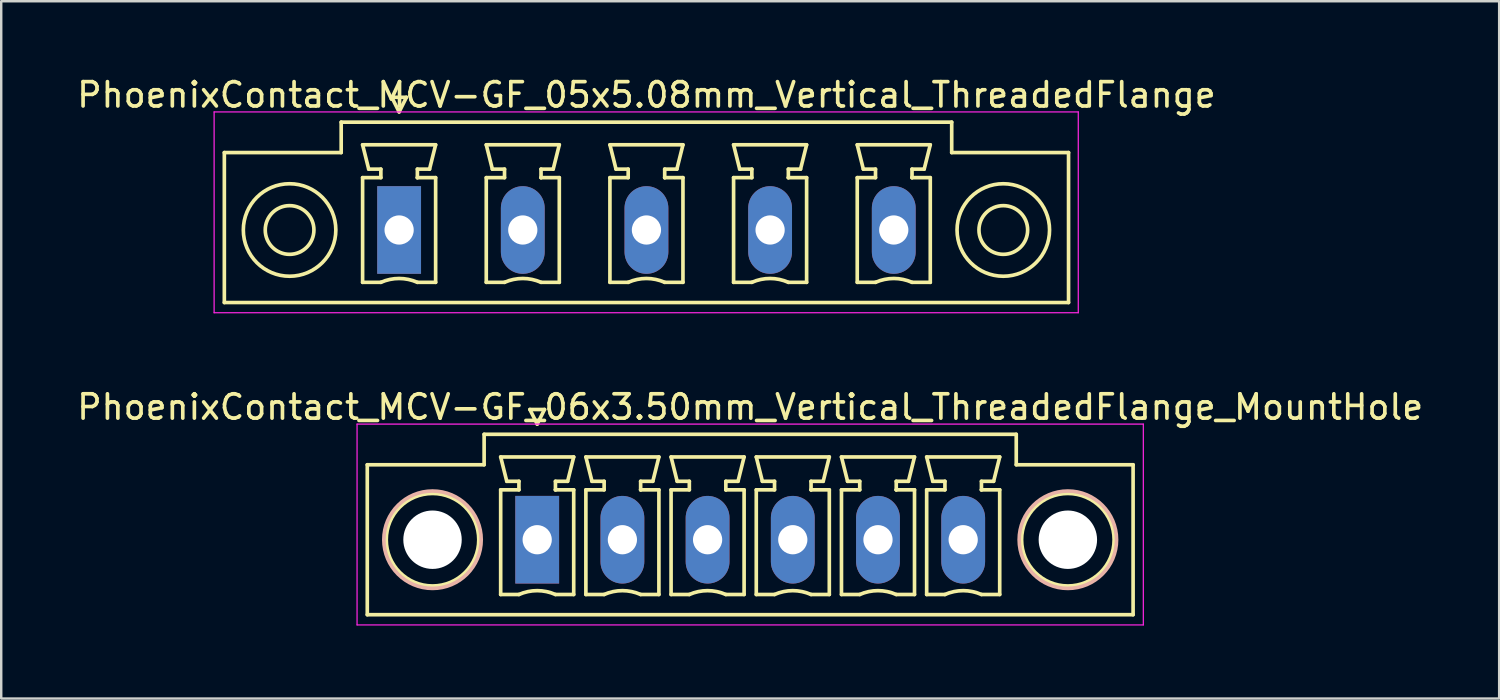
<source format=kicad_pcb>
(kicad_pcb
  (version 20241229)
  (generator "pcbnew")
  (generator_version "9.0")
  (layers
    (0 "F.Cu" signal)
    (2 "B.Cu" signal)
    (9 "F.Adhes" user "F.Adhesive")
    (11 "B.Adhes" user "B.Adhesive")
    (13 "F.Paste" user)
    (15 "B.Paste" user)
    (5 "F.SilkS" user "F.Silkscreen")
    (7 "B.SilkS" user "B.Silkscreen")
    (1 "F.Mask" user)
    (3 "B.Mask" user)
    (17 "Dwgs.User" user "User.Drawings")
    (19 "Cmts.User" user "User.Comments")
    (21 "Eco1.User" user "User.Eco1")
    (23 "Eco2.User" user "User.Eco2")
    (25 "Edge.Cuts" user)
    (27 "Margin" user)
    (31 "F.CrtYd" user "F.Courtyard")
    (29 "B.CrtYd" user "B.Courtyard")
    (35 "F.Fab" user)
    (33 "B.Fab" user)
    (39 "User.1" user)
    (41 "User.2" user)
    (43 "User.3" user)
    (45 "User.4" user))
  (footprint "PhoenixContact_MCV-GF_05x5.08mm_Vertical_ThreadedFlange"
    (layer "F.Cu")
    (at 13.346 6.398)
    (property "Reference" "PhoenixContact_MCV-GF_05x5.08mm_Vertical_ThreadedFlange" (at 10.16 -5.55 0) (layer "F.SilkS") (effects (font (size 1 1) (thickness 0.15))))
    (attr through_hole)
    (fp_line (start -7.18 -3.18) (end -7.18 2.98) (stroke (width 0.15) (type solid)) (layer "F.SilkS"))
    (fp_line (start -7.18 2.98) (end 27.5 2.98) (stroke (width 0.15) (type solid)) (layer "F.SilkS"))
    (fp_line (start -2.38 -4.43) (end -2.38 -3.18) (stroke (width 0.15) (type solid)) (layer "F.SilkS"))
    (fp_line (start -2.38 -3.18) (end -7.18 -3.18) (stroke (width 0.15) (type solid)) (layer "F.SilkS"))
    (fp_line (start -1.5 -3.5) (end 1.5 -3.5) (stroke (width 0.15) (type solid)) (layer "F.SilkS"))
    (fp_line (start -1.5 -2.15) (end -0.75 -2.15) (stroke (width 0.15) (type solid)) (layer "F.SilkS"))
    (fp_line (start -1.5 2.15) (end -1.5 -2.15) (stroke (width 0.15) (type solid)) (layer "F.SilkS"))
    (fp_line (start -1.25 -2.5) (end -1.5 -3.5) (stroke (width 0.15) (type solid)) (layer "F.SilkS"))
    (fp_line (start -0.75 -2.5) (end -1.25 -2.5) (stroke (width 0.15) (type solid)) (layer "F.SilkS"))
    (fp_line (start -0.75 -2.15) (end -0.75 -2.5) (stroke (width 0.15) (type solid)) (layer "F.SilkS"))
    (fp_line (start -0.75 2.15) (end -1.5 2.15) (stroke (width 0.15) (type solid)) (layer "F.SilkS"))
    (fp_line (start -0.3 -5.45) (end 0 -4.85) (stroke (width 0.15) (type solid)) (layer "F.SilkS"))
    (fp_line (start 0 -4.85) (end 0.3 -5.45) (stroke (width 0.15) (type solid)) (layer "F.SilkS"))
    (fp_line (start 0.3 -5.45) (end -0.3 -5.45) (stroke (width 0.15) (type solid)) (layer "F.SilkS"))
    (fp_line (start 0.75 -2.5) (end 0.75 -2.15) (stroke (width 0.15) (type solid)) (layer "F.SilkS"))
    (fp_line (start 0.75 -2.15) (end 0.75 -2.15) (stroke (width 0.15) (type solid)) (layer "F.SilkS"))
    (fp_line (start 0.75 -2.15) (end 1.5 -2.15) (stroke (width 0.15) (type solid)) (layer "F.SilkS"))
    (fp_line (start 1.25 -2.5) (end 0.75 -2.5) (stroke (width 0.15) (type solid)) (layer "F.SilkS"))
    (fp_line (start 1.5 -3.5) (end 1.25 -2.5) (stroke (width 0.15) (type solid)) (layer "F.SilkS"))
    (fp_line (start 1.5 -2.15) (end 1.5 2.15) (stroke (width 0.15) (type solid)) (layer "F.SilkS"))
    (fp_line (start 1.5 2.15) (end 0.75 2.15) (stroke (width 0.15) (type solid)) (layer "F.SilkS"))
    (fp_line (start 3.58 -3.5) (end 6.58 -3.5) (stroke (width 0.15) (type solid)) (layer "F.SilkS"))
    (fp_line (start 3.58 -2.15) (end 4.33 -2.15) (stroke (width 0.15) (type solid)) (layer "F.SilkS"))
    (fp_line (start 3.58 2.15) (end 3.58 -2.15) (stroke (width 0.15) (type solid)) (layer "F.SilkS"))
    (fp_line (start 3.83 -2.5) (end 3.58 -3.5) (stroke (width 0.15) (type solid)) (layer "F.SilkS"))
    (fp_line (start 4.33 -2.5) (end 3.83 -2.5) (stroke (width 0.15) (type solid)) (layer "F.SilkS"))
    (fp_line (start 4.33 -2.15) (end 4.33 -2.5) (stroke (width 0.15) (type solid)) (layer "F.SilkS"))
    (fp_line (start 4.33 2.15) (end 3.58 2.15) (stroke (width 0.15) (type solid)) (layer "F.SilkS"))
    (fp_line (start 5.83 -2.5) (end 5.83 -2.15) (stroke (width 0.15) (type solid)) (layer "F.SilkS"))
    (fp_line (start 5.83 -2.15) (end 5.83 -2.15) (stroke (width 0.15) (type solid)) (layer "F.SilkS"))
    (fp_line (start 5.83 -2.15) (end 6.58 -2.15) (stroke (width 0.15) (type solid)) (layer "F.SilkS"))
    (fp_line (start 6.33 -2.5) (end 5.83 -2.5) (stroke (width 0.15) (type solid)) (layer "F.SilkS"))
    (fp_line (start 6.58 -3.5) (end 6.33 -2.5) (stroke (width 0.15) (type solid)) (layer "F.SilkS"))
    (fp_line (start 6.58 -2.15) (end 6.58 2.15) (stroke (width 0.15) (type solid)) (layer "F.SilkS"))
    (fp_line (start 6.58 2.15) (end 5.83 2.15) (stroke (width 0.15) (type solid)) (layer "F.SilkS"))
    (fp_line (start 8.66 -3.5) (end 11.66 -3.5) (stroke (width 0.15) (type solid)) (layer "F.SilkS"))
    (fp_line (start 8.66 -2.15) (end 9.41 -2.15) (stroke (width 0.15) (type solid)) (layer "F.SilkS"))
    (fp_line (start 8.66 2.15) (end 8.66 -2.15) (stroke (width 0.15) (type solid)) (layer "F.SilkS"))
    (fp_line (start 8.91 -2.5) (end 8.66 -3.5) (stroke (width 0.15) (type solid)) (layer "F.SilkS"))
    (fp_line (start 9.41 -2.5) (end 8.91 -2.5) (stroke (width 0.15) (type solid)) (layer "F.SilkS"))
    (fp_line (start 9.41 -2.15) (end 9.41 -2.5) (stroke (width 0.15) (type solid)) (layer "F.SilkS"))
    (fp_line (start 9.41 2.15) (end 8.66 2.15) (stroke (width 0.15) (type solid)) (layer "F.SilkS"))
    (fp_line (start 10.91 -2.5) (end 10.91 -2.15) (stroke (width 0.15) (type solid)) (layer "F.SilkS"))
    (fp_line (start 10.91 -2.15) (end 10.91 -2.15) (stroke (width 0.15) (type solid)) (layer "F.SilkS"))
    (fp_line (start 10.91 -2.15) (end 11.66 -2.15) (stroke (width 0.15) (type solid)) (layer "F.SilkS"))
    (fp_line (start 11.41 -2.5) (end 10.91 -2.5) (stroke (width 0.15) (type solid)) (layer "F.SilkS"))
    (fp_line (start 11.66 -3.5) (end 11.41 -2.5) (stroke (width 0.15) (type solid)) (layer "F.SilkS"))
    (fp_line (start 11.66 -2.15) (end 11.66 2.15) (stroke (width 0.15) (type solid)) (layer "F.SilkS"))
    (fp_line (start 11.66 2.15) (end 10.91 2.15) (stroke (width 0.15) (type solid)) (layer "F.SilkS"))
    (fp_line (start 13.74 -3.5) (end 16.74 -3.5) (stroke (width 0.15) (type solid)) (layer "F.SilkS"))
    (fp_line (start 13.74 -2.15) (end 14.49 -2.15) (stroke (width 0.15) (type solid)) (layer "F.SilkS"))
    (fp_line (start 13.74 2.15) (end 13.74 -2.15) (stroke (width 0.15) (type solid)) (layer "F.SilkS"))
    (fp_line (start 13.99 -2.5) (end 13.74 -3.5) (stroke (width 0.15) (type solid)) (layer "F.SilkS"))
    (fp_line (start 14.49 -2.5) (end 13.99 -2.5) (stroke (width 0.15) (type solid)) (layer "F.SilkS"))
    (fp_line (start 14.49 -2.15) (end 14.49 -2.5) (stroke (width 0.15) (type solid)) (layer "F.SilkS"))
    (fp_line (start 14.49 2.15) (end 13.74 2.15) (stroke (width 0.15) (type solid)) (layer "F.SilkS"))
    (fp_line (start 15.99 -2.5) (end 15.99 -2.15) (stroke (width 0.15) (type solid)) (layer "F.SilkS"))
    (fp_line (start 15.99 -2.15) (end 15.99 -2.15) (stroke (width 0.15) (type solid)) (layer "F.SilkS"))
    (fp_line (start 15.99 -2.15) (end 16.74 -2.15) (stroke (width 0.15) (type solid)) (layer "F.SilkS"))
    (fp_line (start 16.49 -2.5) (end 15.99 -2.5) (stroke (width 0.15) (type solid)) (layer "F.SilkS"))
    (fp_line (start 16.74 -3.5) (end 16.49 -2.5) (stroke (width 0.15) (type solid)) (layer "F.SilkS"))
    (fp_line (start 16.74 -2.15) (end 16.74 2.15) (stroke (width 0.15) (type solid)) (layer "F.SilkS"))
    (fp_line (start 16.74 2.15) (end 15.99 2.15) (stroke (width 0.15) (type solid)) (layer "F.SilkS"))
    (fp_line (start 18.82 -3.5) (end 21.82 -3.5) (stroke (width 0.15) (type solid)) (layer "F.SilkS"))
    (fp_line (start 18.82 -2.15) (end 19.57 -2.15) (stroke (width 0.15) (type solid)) (layer "F.SilkS"))
    (fp_line (start 18.82 2.15) (end 18.82 -2.15) (stroke (width 0.15) (type solid)) (layer "F.SilkS"))
    (fp_line (start 19.07 -2.5) (end 18.82 -3.5) (stroke (width 0.15) (type solid)) (layer "F.SilkS"))
    (fp_line (start 19.57 -2.5) (end 19.07 -2.5) (stroke (width 0.15) (type solid)) (layer "F.SilkS"))
    (fp_line (start 19.57 -2.15) (end 19.57 -2.5) (stroke (width 0.15) (type solid)) (layer "F.SilkS"))
    (fp_line (start 19.57 2.15) (end 18.82 2.15) (stroke (width 0.15) (type solid)) (layer "F.SilkS"))
    (fp_line (start 21.07 -2.5) (end 21.07 -2.15) (stroke (width 0.15) (type solid)) (layer "F.SilkS"))
    (fp_line (start 21.07 -2.15) (end 21.07 -2.15) (stroke (width 0.15) (type solid)) (layer "F.SilkS"))
    (fp_line (start 21.07 -2.15) (end 21.82 -2.15) (stroke (width 0.15) (type solid)) (layer "F.SilkS"))
    (fp_line (start 21.57 -2.5) (end 21.07 -2.5) (stroke (width 0.15) (type solid)) (layer "F.SilkS"))
    (fp_line (start 21.82 -3.5) (end 21.57 -2.5) (stroke (width 0.15) (type solid)) (layer "F.SilkS"))
    (fp_line (start 21.82 -2.15) (end 21.82 2.15) (stroke (width 0.15) (type solid)) (layer "F.SilkS"))
    (fp_line (start 21.82 2.15) (end 21.07 2.15) (stroke (width 0.15) (type solid)) (layer "F.SilkS"))
    (fp_line (start 22.7 -4.43) (end -2.38 -4.43) (stroke (width 0.15) (type solid)) (layer "F.SilkS"))
    (fp_line (start 22.7 -3.18) (end 22.7 -4.43) (stroke (width 0.15) (type solid)) (layer "F.SilkS"))
    (fp_line (start 27.5 -3.18) (end 22.7 -3.18) (stroke (width 0.15) (type solid)) (layer "F.SilkS"))
    (fp_line (start 27.5 2.98) (end 27.5 -3.18) (stroke (width 0.15) (type solid)) (layer "F.SilkS"))
    (fp_arc (start -0.75 2.15) (mid -0.000193 1.99191) (end 0.749647 2.149844) (stroke (width 0.15) (type solid)) (layer "F.SilkS"))
    (fp_arc (start 4.33 2.15) (mid 5.079807 1.99191) (end 5.829647 2.149844) (stroke (width 0.15) (type solid)) (layer "F.SilkS"))
    (fp_arc (start 9.41 2.15) (mid 10.159807 1.99191) (end 10.909647 2.149844) (stroke (width 0.15) (type solid)) (layer "F.SilkS"))
    (fp_arc (start 14.49 2.15) (mid 15.239807 1.99191) (end 15.989647 2.149844) (stroke (width 0.15) (type solid)) (layer "F.SilkS"))
    (fp_arc (start 19.57 2.15) (mid 20.319807 1.99191) (end 21.069647 2.149844) (stroke (width 0.15) (type solid)) (layer "F.SilkS"))
    (fp_circle (center -4.5 0) (end -3.5 0) (stroke (width 0.15) (type solid)) (fill no) (layer "F.SilkS"))
    (fp_circle (center -4.5 0) (end -2.6 0) (stroke (width 0.15) (type solid)) (fill no) (layer "F.SilkS"))
    (fp_circle (center 24.82 0) (end 25.82 0) (stroke (width 0.15) (type solid)) (fill no) (layer "F.SilkS"))
    (fp_circle (center 24.82 0) (end 26.72 0) (stroke (width 0.15) (type solid)) (fill no) (layer "F.SilkS"))
    (fp_line (start -7.6 -4.85) (end -7.6 3.4) (stroke (width 0.05) (type solid)) (layer "F.CrtYd"))
    (fp_line (start -7.6 3.4) (end 27.9 3.4) (stroke (width 0.05) (type solid)) (layer "F.CrtYd"))
    (fp_line (start 27.9 -4.85) (end -7.6 -4.85) (stroke (width 0.05) (type solid)) (layer "F.CrtYd"))
    (fp_line (start 27.9 3.4) (end 27.9 -4.85) (stroke (width 0.05) (type solid)) (layer "F.CrtYd"))
    (pad "1" thru_hole rect (at 0 0) (size 1.8 3.6) (drill 1.2) (layers "*.Cu" "*.Mask"))
    (pad "2" thru_hole oval (at 5.08 0) (size 1.8 3.6) (drill 1.2) (layers "*.Cu" "*.Mask"))
    (pad "3" thru_hole oval (at 10.16 0) (size 1.8 3.6) (drill 1.2) (layers "*.Cu" "*.Mask"))
    (pad "4" thru_hole oval (at 15.24 0) (size 1.8 3.6) (drill 1.2) (layers "*.Cu" "*.Mask"))
    (pad "5" thru_hole oval (at 20.32 0) (size 1.8 3.6) (drill 1.2) (layers "*.Cu" "*.Mask")))
  (footprint "PhoenixContact_MCV-GF_06x3.50mm_Vertical_ThreadedFlange_MountHole"
    (layer "F.Cu")
    (at 19.018 19.122)
    (property "Reference" "PhoenixContact_MCV-GF_06x3.50mm_Vertical_ThreadedFlange_MountHole" (at 8.75 -5.45 0) (layer "F.SilkS") (effects (font (size 1 1) (thickness 0.15))))
    (attr through_hole)
    (fp_line (start -6.98 -3.08) (end -6.98 3.08) (stroke (width 0.15) (type solid)) (layer "F.SilkS"))
    (fp_line (start -6.98 3.08) (end 24.48 3.08) (stroke (width 0.15) (type solid)) (layer "F.SilkS"))
    (fp_line (start -2.18 -4.33) (end -2.18 -3.08) (stroke (width 0.15) (type solid)) (layer "F.SilkS"))
    (fp_line (start -2.18 -3.08) (end -6.98 -3.08) (stroke (width 0.15) (type solid)) (layer "F.SilkS"))
    (fp_line (start -1.5 -3.4) (end 1.5 -3.4) (stroke (width 0.15) (type solid)) (layer "F.SilkS"))
    (fp_line (start -1.5 -2.05) (end -0.75 -2.05) (stroke (width 0.15) (type solid)) (layer "F.SilkS"))
    (fp_line (start -1.5 2.25) (end -1.5 -2.05) (stroke (width 0.15) (type solid)) (layer "F.SilkS"))
    (fp_line (start -1.25 -2.4) (end -1.5 -3.4) (stroke (width 0.15) (type solid)) (layer "F.SilkS"))
    (fp_line (start -0.75 -2.4) (end -1.25 -2.4) (stroke (width 0.15) (type solid)) (layer "F.SilkS"))
    (fp_line (start -0.75 -2.05) (end -0.75 -2.4) (stroke (width 0.15) (type solid)) (layer "F.SilkS"))
    (fp_line (start -0.75 2.25) (end -1.5 2.25) (stroke (width 0.15) (type solid)) (layer "F.SilkS"))
    (fp_line (start -0.3 -5.35) (end 0 -4.75) (stroke (width 0.15) (type solid)) (layer "F.SilkS"))
    (fp_line (start 0 -4.75) (end 0.3 -5.35) (stroke (width 0.15) (type solid)) (layer "F.SilkS"))
    (fp_line (start 0.3 -5.35) (end -0.3 -5.35) (stroke (width 0.15) (type solid)) (layer "F.SilkS"))
    (fp_line (start 0.75 -2.4) (end 0.75 -2.05) (stroke (width 0.15) (type solid)) (layer "F.SilkS"))
    (fp_line (start 0.75 -2.05) (end 0.75 -2.05) (stroke (width 0.15) (type solid)) (layer "F.SilkS"))
    (fp_line (start 0.75 -2.05) (end 1.5 -2.05) (stroke (width 0.15) (type solid)) (layer "F.SilkS"))
    (fp_line (start 1.25 -2.4) (end 0.75 -2.4) (stroke (width 0.15) (type solid)) (layer "F.SilkS"))
    (fp_line (start 1.5 -3.4) (end 1.25 -2.4) (stroke (width 0.15) (type solid)) (layer "F.SilkS"))
    (fp_line (start 1.5 -2.05) (end 1.5 2.25) (stroke (width 0.15) (type solid)) (layer "F.SilkS"))
    (fp_line (start 1.5 2.25) (end 0.75 2.25) (stroke (width 0.15) (type solid)) (layer "F.SilkS"))
    (fp_line (start 2 -3.4) (end 5 -3.4) (stroke (width 0.15) (type solid)) (layer "F.SilkS"))
    (fp_line (start 2 -2.05) (end 2.75 -2.05) (stroke (width 0.15) (type solid)) (layer "F.SilkS"))
    (fp_line (start 2 2.25) (end 2 -2.05) (stroke (width 0.15) (type solid)) (layer "F.SilkS"))
    (fp_line (start 2.25 -2.4) (end 2 -3.4) (stroke (width 0.15) (type solid)) (layer "F.SilkS"))
    (fp_line (start 2.75 -2.4) (end 2.25 -2.4) (stroke (width 0.15) (type solid)) (layer "F.SilkS"))
    (fp_line (start 2.75 -2.05) (end 2.75 -2.4) (stroke (width 0.15) (type solid)) (layer "F.SilkS"))
    (fp_line (start 2.75 2.25) (end 2 2.25) (stroke (width 0.15) (type solid)) (layer "F.SilkS"))
    (fp_line (start 4.25 -2.4) (end 4.25 -2.05) (stroke (width 0.15) (type solid)) (layer "F.SilkS"))
    (fp_line (start 4.25 -2.05) (end 4.25 -2.05) (stroke (width 0.15) (type solid)) (layer "F.SilkS"))
    (fp_line (start 4.25 -2.05) (end 5 -2.05) (stroke (width 0.15) (type solid)) (layer "F.SilkS"))
    (fp_line (start 4.75 -2.4) (end 4.25 -2.4) (stroke (width 0.15) (type solid)) (layer "F.SilkS"))
    (fp_line (start 5 -3.4) (end 4.75 -2.4) (stroke (width 0.15) (type solid)) (layer "F.SilkS"))
    (fp_line (start 5 -2.05) (end 5 2.25) (stroke (width 0.15) (type solid)) (layer "F.SilkS"))
    (fp_line (start 5 2.25) (end 4.25 2.25) (stroke (width 0.15) (type solid)) (layer "F.SilkS"))
    (fp_line (start 5.5 -3.4) (end 8.5 -3.4) (stroke (width 0.15) (type solid)) (layer "F.SilkS"))
    (fp_line (start 5.5 -2.05) (end 6.25 -2.05) (stroke (width 0.15) (type solid)) (layer "F.SilkS"))
    (fp_line (start 5.5 2.25) (end 5.5 -2.05) (stroke (width 0.15) (type solid)) (layer "F.SilkS"))
    (fp_line (start 5.75 -2.4) (end 5.5 -3.4) (stroke (width 0.15) (type solid)) (layer "F.SilkS"))
    (fp_line (start 6.25 -2.4) (end 5.75 -2.4) (stroke (width 0.15) (type solid)) (layer "F.SilkS"))
    (fp_line (start 6.25 -2.05) (end 6.25 -2.4) (stroke (width 0.15) (type solid)) (layer "F.SilkS"))
    (fp_line (start 6.25 2.25) (end 5.5 2.25) (stroke (width 0.15) (type solid)) (layer "F.SilkS"))
    (fp_line (start 7.75 -2.4) (end 7.75 -2.05) (stroke (width 0.15) (type solid)) (layer "F.SilkS"))
    (fp_line (start 7.75 -2.05) (end 7.75 -2.05) (stroke (width 0.15) (type solid)) (layer "F.SilkS"))
    (fp_line (start 7.75 -2.05) (end 8.5 -2.05) (stroke (width 0.15) (type solid)) (layer "F.SilkS"))
    (fp_line (start 8.25 -2.4) (end 7.75 -2.4) (stroke (width 0.15) (type solid)) (layer "F.SilkS"))
    (fp_line (start 8.5 -3.4) (end 8.25 -2.4) (stroke (width 0.15) (type solid)) (layer "F.SilkS"))
    (fp_line (start 8.5 -2.05) (end 8.5 2.25) (stroke (width 0.15) (type solid)) (layer "F.SilkS"))
    (fp_line (start 8.5 2.25) (end 7.75 2.25) (stroke (width 0.15) (type solid)) (layer "F.SilkS"))
    (fp_line (start 9 -3.4) (end 12 -3.4) (stroke (width 0.15) (type solid)) (layer "F.SilkS"))
    (fp_line (start 9 -2.05) (end 9.75 -2.05) (stroke (width 0.15) (type solid)) (layer "F.SilkS"))
    (fp_line (start 9 2.25) (end 9 -2.05) (stroke (width 0.15) (type solid)) (layer "F.SilkS"))
    (fp_line (start 9.25 -2.4) (end 9 -3.4) (stroke (width 0.15) (type solid)) (layer "F.SilkS"))
    (fp_line (start 9.75 -2.4) (end 9.25 -2.4) (stroke (width 0.15) (type solid)) (layer "F.SilkS"))
    (fp_line (start 9.75 -2.05) (end 9.75 -2.4) (stroke (width 0.15) (type solid)) (layer "F.SilkS"))
    (fp_line (start 9.75 2.25) (end 9 2.25) (stroke (width 0.15) (type solid)) (layer "F.SilkS"))
    (fp_line (start 11.25 -2.4) (end 11.25 -2.05) (stroke (width 0.15) (type solid)) (layer "F.SilkS"))
    (fp_line (start 11.25 -2.05) (end 11.25 -2.05) (stroke (width 0.15) (type solid)) (layer "F.SilkS"))
    (fp_line (start 11.25 -2.05) (end 12 -2.05) (stroke (width 0.15) (type solid)) (layer "F.SilkS"))
    (fp_line (start 11.75 -2.4) (end 11.25 -2.4) (stroke (width 0.15) (type solid)) (layer "F.SilkS"))
    (fp_line (start 12 -3.4) (end 11.75 -2.4) (stroke (width 0.15) (type solid)) (layer "F.SilkS"))
    (fp_line (start 12 -2.05) (end 12 2.25) (stroke (width 0.15) (type solid)) (layer "F.SilkS"))
    (fp_line (start 12 2.25) (end 11.25 2.25) (stroke (width 0.15) (type solid)) (layer "F.SilkS"))
    (fp_line (start 12.5 -3.4) (end 15.5 -3.4) (stroke (width 0.15) (type solid)) (layer "F.SilkS"))
    (fp_line (start 12.5 -2.05) (end 13.25 -2.05) (stroke (width 0.15) (type solid)) (layer "F.SilkS"))
    (fp_line (start 12.5 2.25) (end 12.5 -2.05) (stroke (width 0.15) (type solid)) (layer "F.SilkS"))
    (fp_line (start 12.75 -2.4) (end 12.5 -3.4) (stroke (width 0.15) (type solid)) (layer "F.SilkS"))
    (fp_line (start 13.25 -2.4) (end 12.75 -2.4) (stroke (width 0.15) (type solid)) (layer "F.SilkS"))
    (fp_line (start 13.25 -2.05) (end 13.25 -2.4) (stroke (width 0.15) (type solid)) (layer "F.SilkS"))
    (fp_line (start 13.25 2.25) (end 12.5 2.25) (stroke (width 0.15) (type solid)) (layer "F.SilkS"))
    (fp_line (start 14.75 -2.4) (end 14.75 -2.05) (stroke (width 0.15) (type solid)) (layer "F.SilkS"))
    (fp_line (start 14.75 -2.05) (end 14.75 -2.05) (stroke (width 0.15) (type solid)) (layer "F.SilkS"))
    (fp_line (start 14.75 -2.05) (end 15.5 -2.05) (stroke (width 0.15) (type solid)) (layer "F.SilkS"))
    (fp_line (start 15.25 -2.4) (end 14.75 -2.4) (stroke (width 0.15) (type solid)) (layer "F.SilkS"))
    (fp_line (start 15.5 -3.4) (end 15.25 -2.4) (stroke (width 0.15) (type solid)) (layer "F.SilkS"))
    (fp_line (start 15.5 -2.05) (end 15.5 2.25) (stroke (width 0.15) (type solid)) (layer "F.SilkS"))
    (fp_line (start 15.5 2.25) (end 14.75 2.25) (stroke (width 0.15) (type solid)) (layer "F.SilkS"))
    (fp_line (start 16 -3.4) (end 19 -3.4) (stroke (width 0.15) (type solid)) (layer "F.SilkS"))
    (fp_line (start 16 -2.05) (end 16.75 -2.05) (stroke (width 0.15) (type solid)) (layer "F.SilkS"))
    (fp_line (start 16 2.25) (end 16 -2.05) (stroke (width 0.15) (type solid)) (layer "F.SilkS"))
    (fp_line (start 16.25 -2.4) (end 16 -3.4) (stroke (width 0.15) (type solid)) (layer "F.SilkS"))
    (fp_line (start 16.75 -2.4) (end 16.25 -2.4) (stroke (width 0.15) (type solid)) (layer "F.SilkS"))
    (fp_line (start 16.75 -2.05) (end 16.75 -2.4) (stroke (width 0.15) (type solid)) (layer "F.SilkS"))
    (fp_line (start 16.75 2.25) (end 16 2.25) (stroke (width 0.15) (type solid)) (layer "F.SilkS"))
    (fp_line (start 18.25 -2.4) (end 18.25 -2.05) (stroke (width 0.15) (type solid)) (layer "F.SilkS"))
    (fp_line (start 18.25 -2.05) (end 18.25 -2.05) (stroke (width 0.15) (type solid)) (layer "F.SilkS"))
    (fp_line (start 18.25 -2.05) (end 19 -2.05) (stroke (width 0.15) (type solid)) (layer "F.SilkS"))
    (fp_line (start 18.75 -2.4) (end 18.25 -2.4) (stroke (width 0.15) (type solid)) (layer "F.SilkS"))
    (fp_line (start 19 -3.4) (end 18.75 -2.4) (stroke (width 0.15) (type solid)) (layer "F.SilkS"))
    (fp_line (start 19 -2.05) (end 19 2.25) (stroke (width 0.15) (type solid)) (layer "F.SilkS"))
    (fp_line (start 19 2.25) (end 18.25 2.25) (stroke (width 0.15) (type solid)) (layer "F.SilkS"))
    (fp_line (start 19.68 -4.33) (end -2.18 -4.33) (stroke (width 0.15) (type solid)) (layer "F.SilkS"))
    (fp_line (start 19.68 -3.08) (end 19.68 -4.33) (stroke (width 0.15) (type solid)) (layer "F.SilkS"))
    (fp_line (start 24.48 -3.08) (end 19.68 -3.08) (stroke (width 0.15) (type solid)) (layer "F.SilkS"))
    (fp_line (start 24.48 3.08) (end 24.48 -3.08) (stroke (width 0.15) (type solid)) (layer "F.SilkS"))
    (fp_arc (start -0.75 2.25) (mid -0.000193 2.09191) (end 0.749647 2.249844) (stroke (width 0.15) (type solid)) (layer "F.SilkS"))
    (fp_arc (start 2.75 2.25) (mid 3.499807 2.09191) (end 4.249647 2.249844) (stroke (width 0.15) (type solid)) (layer "F.SilkS"))
    (fp_arc (start 6.25 2.25) (mid 6.999807 2.09191) (end 7.749647 2.249844) (stroke (width 0.15) (type solid)) (layer "F.SilkS"))
    (fp_arc (start 9.75 2.25) (mid 10.499807 2.09191) (end 11.249647 2.249844) (stroke (width 0.15) (type solid)) (layer "F.SilkS"))
    (fp_arc (start 13.25 2.25) (mid 13.999807 2.09191) (end 14.749647 2.249844) (stroke (width 0.15) (type solid)) (layer "F.SilkS"))
    (fp_arc (start 16.75 2.25) (mid 17.499807 2.09191) (end 18.249647 2.249844) (stroke (width 0.15) (type solid)) (layer "F.SilkS"))
    (fp_circle (center -4.3 0) (end -2.4 0) (stroke (width 0.15) (type solid)) (fill no) (layer "F.SilkS"))
    (fp_circle (center 21.8 0) (end 23.7 0) (stroke (width 0.15) (type solid)) (fill no) (layer "F.SilkS"))
    (fp_circle (center -4.3 0) (end -2.3 0) (stroke (width 0.15) (type solid)) (fill no) (layer "B.SilkS"))
    (fp_circle (center 21.8 0) (end 23.8 0) (stroke (width 0.15) (type solid)) (fill no) (layer "B.SilkS"))
    (fp_line (start -7.4 -4.75) (end -7.4 3.5) (stroke (width 0.05) (type solid)) (layer "F.CrtYd"))
    (fp_line (start -7.4 3.5) (end 24.9 3.5) (stroke (width 0.05) (type solid)) (layer "F.CrtYd"))
    (fp_line (start 24.9 -4.75) (end -7.4 -4.75) (stroke (width 0.05) (type solid)) (layer "F.CrtYd"))
    (fp_line (start 24.9 3.5) (end 24.9 -4.75) (stroke (width 0.05) (type solid)) (layer "F.CrtYd"))
    (pad "" np_thru_hole circle (at -4.3 0) (size 2.4 2.4) (drill 2.4) (layers "*.Cu" "*.Mask"))
    (pad "" np_thru_hole circle (at 21.8 0) (size 2.4 2.4) (drill 2.4) (layers "*.Cu" "*.Mask"))
    (pad "1" thru_hole rect (at 0 0) (size 1.8 3.6) (drill 1.2) (layers "*.Cu" "*.Mask"))
    (pad "2" thru_hole oval (at 3.5 0) (size 1.8 3.6) (drill 1.2) (layers "*.Cu" "*.Mask"))
    (pad "3" thru_hole oval (at 7 0) (size 1.8 3.6) (drill 1.2) (layers "*.Cu" "*.Mask"))
    (pad "4" thru_hole oval (at 10.5 0) (size 1.8 3.6) (drill 1.2) (layers "*.Cu" "*.Mask"))
    (pad "5" thru_hole oval (at 14 0) (size 1.8 3.6) (drill 1.2) (layers "*.Cu" "*.Mask"))
    (pad "6" thru_hole oval (at 17.5 0) (size 1.8 3.6) (drill 1.2) (layers "*.Cu" "*.Mask")))
  (gr_rect
    (start -3 -3)
    (end 58.536 25.646)
    (stroke (width 0.1) (type default))
    (fill no)
    (layer "Edge.Cuts")))
</source>
